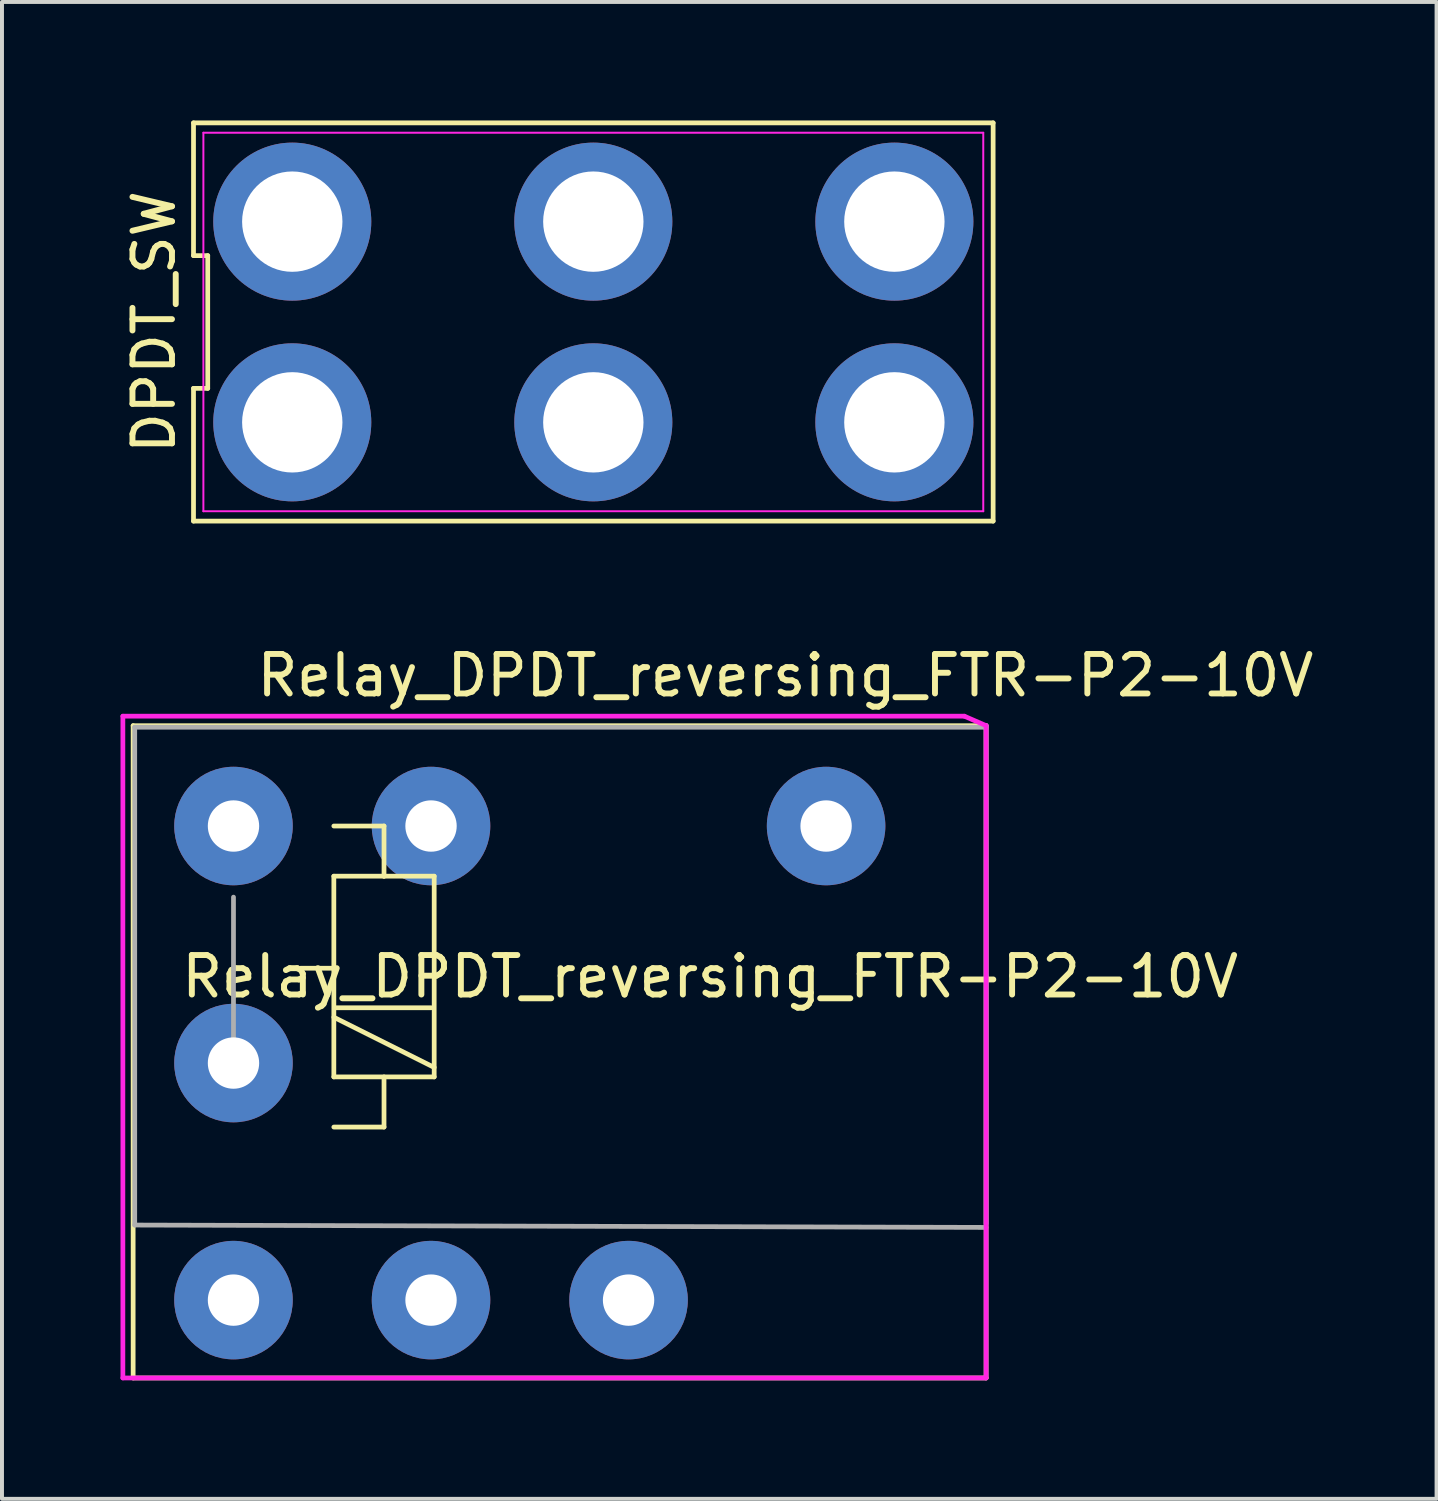
<source format=kicad_pcb>
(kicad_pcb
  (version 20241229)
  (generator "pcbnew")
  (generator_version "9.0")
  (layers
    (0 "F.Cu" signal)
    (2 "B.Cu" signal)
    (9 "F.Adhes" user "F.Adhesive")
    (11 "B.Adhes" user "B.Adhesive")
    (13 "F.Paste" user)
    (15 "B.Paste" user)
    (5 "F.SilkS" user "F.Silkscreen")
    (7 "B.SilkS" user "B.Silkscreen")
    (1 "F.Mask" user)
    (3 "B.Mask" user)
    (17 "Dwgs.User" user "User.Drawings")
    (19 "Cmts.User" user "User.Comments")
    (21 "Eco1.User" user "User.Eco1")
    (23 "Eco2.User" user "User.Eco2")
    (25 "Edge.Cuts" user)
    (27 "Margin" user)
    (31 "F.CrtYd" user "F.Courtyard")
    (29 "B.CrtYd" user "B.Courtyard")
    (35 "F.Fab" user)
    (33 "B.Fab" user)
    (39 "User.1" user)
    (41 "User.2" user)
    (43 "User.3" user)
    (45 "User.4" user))
  (footprint "Relay_DPDT_reversing_FTR-P2-10V"
    (layer "F.Cu")
    (at 2.86 17.858)
    (property "Reference" "Relay_DPDT_reversing_FTR-P2-10V" (at 13.97 -3.81 0) (layer "F.SilkS") (effects (font (size 1 1) (thickness 0.15))))
    (attr through_hole)
    (fp_line (start -2.54 -2.54) (end 19.05 -2.54) (stroke (width 0.12) (type solid)) (layer "F.SilkS"))
    (fp_line (start -2.54 13.97) (end -2.54 -2.54) (stroke (width 0.12) (type solid)) (layer "F.SilkS"))
    (fp_line (start 2.5 3.6) (end 1.7 3.6) (stroke (width 0.12) (type solid)) (layer "F.SilkS"))
    (fp_line (start 2.54 0) (end 3.81 0) (stroke (width 0.12) (type solid)) (layer "F.SilkS"))
    (fp_line (start 2.54 1.27) (end 3.81 1.27) (stroke (width 0.12) (type solid)) (layer "F.SilkS"))
    (fp_line (start 2.54 4.84) (end 5.08 6.11) (stroke (width 0.12) (type solid)) (layer "F.SilkS"))
    (fp_line (start 2.54 6.35) (end 2.54 1.27) (stroke (width 0.12) (type solid)) (layer "F.SilkS"))
    (fp_line (start 2.6 4.6) (end 5 4.6) (stroke (width 0.12) (type solid)) (layer "F.SilkS"))
    (fp_line (start 3.81 0) (end 3.81 1.27) (stroke (width 0.12) (type solid)) (layer "F.SilkS"))
    (fp_line (start 3.81 1.27) (end 5.08 1.27) (stroke (width 0.12) (type solid)) (layer "F.SilkS"))
    (fp_line (start 3.81 6.35) (end 3.81 7.62) (stroke (width 0.12) (type solid)) (layer "F.SilkS"))
    (fp_line (start 3.81 7.62) (end 2.54 7.62) (stroke (width 0.12) (type solid)) (layer "F.SilkS"))
    (fp_line (start 5.08 1.27) (end 5.08 6.35) (stroke (width 0.12) (type solid)) (layer "F.SilkS"))
    (fp_line (start 5.08 6.35) (end 2.54 6.35) (stroke (width 0.12) (type solid)) (layer "F.SilkS"))
    (fp_line (start 19.05 -2.54) (end 19.05 13.97) (stroke (width 0.12) (type solid)) (layer "F.SilkS"))
    (fp_line (start 19.05 13.97) (end -2.54 13.97) (stroke (width 0.12) (type solid)) (layer "F.SilkS"))
    (fp_line (start -2.8 -2.78) (end -2.8 13.97) (stroke (width 0.12) (type solid)) (layer "F.CrtYd"))
    (fp_line (start -2.8 -2.78) (end 18.5 -2.78) (stroke (width 0.05) (type solid)) (layer "F.CrtYd"))
    (fp_line (start -2.8 13.97) (end -2.8 -2.78) (stroke (width 0.05) (type solid)) (layer "F.CrtYd"))
    (fp_line (start -2.8 13.97) (end 19.05 13.97) (stroke (width 0.12) (type solid)) (layer "F.CrtYd"))
    (fp_line (start 18.5 -2.78) (end -2.8 -2.78) (stroke (width 0.12) (type solid)) (layer "F.CrtYd"))
    (fp_line (start 19.05 -2.54) (end 18.5 -2.78) (stroke (width 0.12) (type solid)) (layer "F.CrtYd"))
    (fp_line (start 19.05 13.97) (end 19.05 -2.54) (stroke (width 0.12) (type solid)) (layer "F.CrtYd"))
    (fp_line (start -2.5 -2.5) (end 19.05 -2.5) (stroke (width 0.12) (type solid)) (layer "F.Fab"))
    (fp_line (start -2.5 10.1) (end -2.5 -2.5) (stroke (width 0.12) (type solid)) (layer "F.Fab"))
    (fp_line (start 0 1.8) (end 0 5.8) (stroke (width 0.12) (type solid)) (layer "F.Fab"))
    (fp_line (start 19.05 -2.54) (end 19.05 10.06) (stroke (width 0.12) (type solid)) (layer "F.Fab"))
    (fp_line (start 19.05 10.16) (end -2.5 10.1) (stroke (width 0.12) (type solid)) (layer "F.Fab"))
    (fp_text user "${REFERENCE}" (at 12.065 3.81 0) (layer "F.SilkS") (effects (font (size 1 1) (thickness 0.15))))
    (pad "1" thru_hole circle (at 0 12) (size 3 3) (drill 1.3) (layers "*.Cu" "*.Mask"))
    (pad "2" thru_hole circle (at 5 12) (size 3 3) (drill 1.3) (layers "*.Cu" "*.Mask"))
    (pad "3" thru_hole circle (at 10 12) (size 3 3) (drill 1.3) (layers "*.Cu" "*.Mask"))
    (pad "5" thru_hole circle (at 0 0) (size 3 3) (drill 1.3) (layers "*.Cu" "*.Mask"))
    (pad "6" thru_hole circle (at 5 0) (size 3 3) (drill 1.3) (layers "*.Cu" "*.Mask"))
    (pad "7" thru_hole circle (at 0 6) (size 3 3) (drill 1.3) (layers "*.Cu" "*.Mask"))
    (pad "8" thru_hole circle (at 15 0) (size 3 3) (drill 1.3) (layers "*.Cu" "*.Mask")))
  (footprint "DPDT_SW"
    (layer "F.Cu")
    (at 11.968 5.1)
    (property "Reference" "DPDT_SW" (at -11.12 0 270) (layer "F.SilkS") (effects (font (size 1 1) (thickness 0.15))))
    (attr through_hole)
    (fp_line (start -10.12 -5.04) (end -10.12 -1.68) (stroke (width 0.12) (type solid)) (layer "F.SilkS"))
    (fp_line (start -10.12 -1.68) (end -9.76 -1.68) (stroke (width 0.12) (type solid)) (layer "F.SilkS"))
    (fp_line (start -10.12 1.68) (end -10.12 5.04) (stroke (width 0.12) (type solid)) (layer "F.SilkS"))
    (fp_line (start -10.12 5.04) (end 10.12 5.04) (stroke (width 0.12) (type solid)) (layer "F.SilkS"))
    (fp_line (start -9.76 -1.68) (end -9.76 1.68) (stroke (width 0.12) (type solid)) (layer "F.SilkS"))
    (fp_line (start -9.76 1.68) (end -10.12 1.68) (stroke (width 0.12) (type solid)) (layer "F.SilkS"))
    (fp_line (start 10.12 -5.04) (end -10.12 -5.04) (stroke (width 0.12) (type solid)) (layer "F.SilkS"))
    (fp_line (start 10.12 5.04) (end 10.12 -5.04) (stroke (width 0.12) (type solid)) (layer "F.SilkS"))
    (fp_line (start -9.87 -4.79) (end 9.87 -4.79) (stroke (width 0.05) (type solid)) (layer "F.CrtYd"))
    (fp_line (start -9.87 4.79) (end -9.87 -4.79) (stroke (width 0.05) (type solid)) (layer "F.CrtYd"))
    (fp_line (start 9.87 -4.79) (end 9.87 4.79) (stroke (width 0.05) (type solid)) (layer "F.CrtYd"))
    (fp_line (start 9.87 4.79) (end -9.87 4.79) (stroke (width 0.05) (type solid)) (layer "F.CrtYd"))
    (pad "1" thru_hole circle (at -7.62 -2.54) (size 4 4) (drill 2.54) (layers "*.Cu" "*.Mask"))
    (pad "1" thru_hole circle (at -7.62 2.54) (size 4 4) (drill 2.54) (layers "*.Cu" "*.Mask"))
    (pad "2" thru_hole circle (at 0 -2.54) (size 4 4) (drill 2.54) (layers "*.Cu" "*.Mask"))
    (pad "2" thru_hole circle (at 0 2.54) (size 4 4) (drill 2.54) (layers "*.Cu" "*.Mask"))
    (pad "3" thru_hole circle (at 7.62 -2.54) (size 4 4) (drill 2.54) (layers "*.Cu" "*.Mask"))
    (pad "3" thru_hole circle (at 7.62 2.54) (size 4 4) (drill 2.54) (layers "*.Cu" "*.Mask")))
  (gr_rect
    (start -3 -3)
    (end 33.312 34.888)
    (stroke (width 0.1) (type default))
    (fill no)
    (layer "Edge.Cuts")))
</source>
